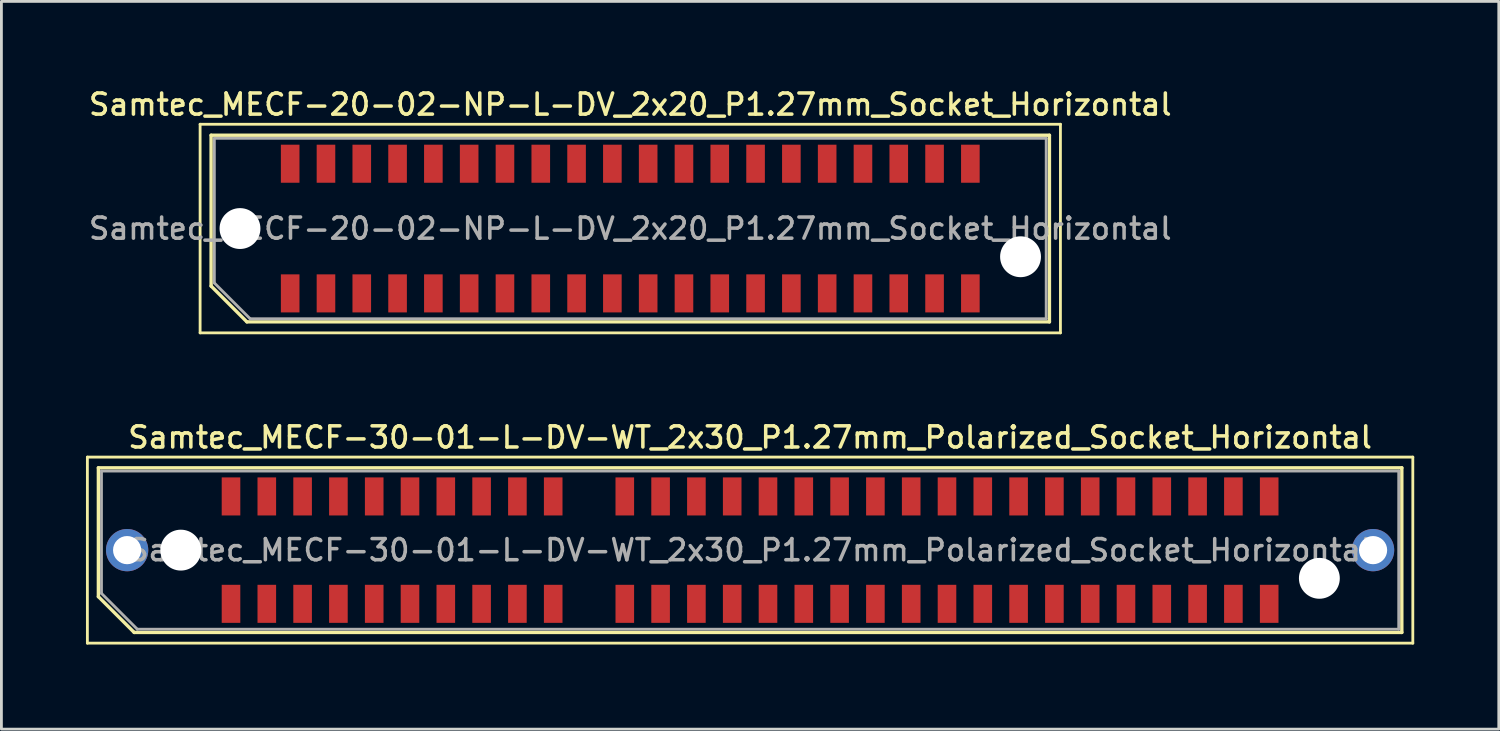
<source format=kicad_pcb>
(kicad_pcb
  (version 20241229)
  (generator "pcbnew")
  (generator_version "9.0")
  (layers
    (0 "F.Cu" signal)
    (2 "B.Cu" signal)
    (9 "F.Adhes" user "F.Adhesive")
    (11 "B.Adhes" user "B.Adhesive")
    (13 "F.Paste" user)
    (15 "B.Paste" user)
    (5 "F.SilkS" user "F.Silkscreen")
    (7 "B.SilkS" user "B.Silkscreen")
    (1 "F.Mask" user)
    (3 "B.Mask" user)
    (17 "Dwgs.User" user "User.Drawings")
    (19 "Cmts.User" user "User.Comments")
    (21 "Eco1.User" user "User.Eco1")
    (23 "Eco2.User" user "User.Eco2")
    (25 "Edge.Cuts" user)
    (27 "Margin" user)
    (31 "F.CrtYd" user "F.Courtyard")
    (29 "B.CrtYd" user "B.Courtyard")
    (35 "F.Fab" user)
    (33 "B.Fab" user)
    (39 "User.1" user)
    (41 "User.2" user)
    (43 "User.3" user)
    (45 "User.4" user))
  (footprint "Samtec_MECF-20-02-NP-L-DV_2x20_P1.27mm_Socket_Horizontal"
    (layer "F.Cu")
    (at 19.309 5.058)
    (property "Reference" "Samtec_MECF-20-02-NP-L-DV_2x20_P1.27mm_Socket_Horizontal" (at 0 -4.4 0) (layer "F.SilkS") (effects (font (size 0.75 0.75) (thickness 0.125))))
    (attr smd)
    (fp_line (start -15.26 -3.7) (end -15.26 3.7) (stroke (width 0.1) (type solid)) (layer "F.SilkS"))
    (fp_line (start -15.26 3.7) (end 15.26 3.7) (stroke (width 0.1) (type solid)) (layer "F.SilkS"))
    (fp_line (start -14.87 -3.31) (end 14.87 -3.31) (stroke (width 0.12) (type solid)) (layer "F.SilkS"))
    (fp_line (start -14.87 2.04) (end -14.87 -3.31) (stroke (width 0.12) (type solid)) (layer "F.SilkS"))
    (fp_line (start -13.6 3.31) (end -14.87 2.04) (stroke (width 0.12) (type solid)) (layer "F.SilkS"))
    (fp_line (start -13.6 3.31) (end 14.87 3.31) (stroke (width 0.12) (type solid)) (layer "F.SilkS"))
    (fp_line (start 14.87 3.31) (end 14.87 -3.31) (stroke (width 0.12) (type solid)) (layer "F.SilkS"))
    (fp_line (start 15.26 -3.7) (end -15.26 -3.7) (stroke (width 0.1) (type solid)) (layer "F.SilkS"))
    (fp_line (start 15.26 3.7) (end 15.26 -3.7) (stroke (width 0.1) (type solid)) (layer "F.SilkS"))
    (fp_line (start -14.755 -3.2) (end 14.755 -3.2) (stroke (width 0.1) (type solid)) (layer "F.Fab"))
    (fp_line (start -14.755 1.93) (end -14.755 -3.2) (stroke (width 0.1) (type solid)) (layer "F.Fab"))
    (fp_line (start -14.755 1.93) (end -13.485 3.2) (stroke (width 0.1) (type solid)) (layer "F.Fab"))
    (fp_line (start -13.485 3.2) (end 14.755 3.2) (stroke (width 0.1) (type solid)) (layer "F.Fab"))
    (fp_line (start 14.755 3.2) (end 14.755 -3.2) (stroke (width 0.1) (type solid)) (layer "F.Fab"))
    (fp_text user "${REFERENCE}" (at 0 0 0) (layer "F.Fab") (effects (font (size 0.75 0.75) (thickness 0.125))))
    (pad "" np_thru_hole circle (at -13.845 0) (size 1.45 1.45) (drill 1.45) (layers "*.Cu" "*.Mask"))
    (pad "" np_thru_hole circle (at 13.845 1) (size 1.45 1.45) (drill 1.45) (layers "*.Cu" "*.Mask"))
    (pad "1" smd rect (at -12.065 2.3) (size 0.66 1.35) (layers "F.Cu" "F.Mask" "F.Paste"))
    (pad "2" smd rect (at -12.065 -2.3) (size 0.66 1.35) (layers "F.Cu" "F.Mask" "F.Paste"))
    (pad "3" smd rect (at -10.795 2.3) (size 0.66 1.35) (layers "F.Cu" "F.Mask" "F.Paste"))
    (pad "4" smd rect (at -10.795 -2.3) (size 0.66 1.35) (layers "F.Cu" "F.Mask" "F.Paste"))
    (pad "5" smd rect (at -9.525 2.3) (size 0.66 1.35) (layers "F.Cu" "F.Mask" "F.Paste"))
    (pad "6" smd rect (at -9.525 -2.3) (size 0.66 1.35) (layers "F.Cu" "F.Mask" "F.Paste"))
    (pad "7" smd rect (at -8.255 2.3) (size 0.66 1.35) (layers "F.Cu" "F.Mask" "F.Paste"))
    (pad "8" smd rect (at -8.255 -2.3) (size 0.66 1.35) (layers "F.Cu" "F.Mask" "F.Paste"))
    (pad "9" smd rect (at -6.985 2.3) (size 0.66 1.35) (layers "F.Cu" "F.Mask" "F.Paste"))
    (pad "10" smd rect (at -6.985 -2.3) (size 0.66 1.35) (layers "F.Cu" "F.Mask" "F.Paste"))
    (pad "11" smd rect (at -5.715 2.3) (size 0.66 1.35) (layers "F.Cu" "F.Mask" "F.Paste"))
    (pad "12" smd rect (at -5.715 -2.3) (size 0.66 1.35) (layers "F.Cu" "F.Mask" "F.Paste"))
    (pad "13" smd rect (at -4.445 2.3) (size 0.66 1.35) (layers "F.Cu" "F.Mask" "F.Paste"))
    (pad "14" smd rect (at -4.445 -2.3) (size 0.66 1.35) (layers "F.Cu" "F.Mask" "F.Paste"))
    (pad "15" smd rect (at -3.175 2.3) (size 0.66 1.35) (layers "F.Cu" "F.Mask" "F.Paste"))
    (pad "16" smd rect (at -3.175 -2.3) (size 0.66 1.35) (layers "F.Cu" "F.Mask" "F.Paste"))
    (pad "17" smd rect (at -1.905 2.3) (size 0.66 1.35) (layers "F.Cu" "F.Mask" "F.Paste"))
    (pad "18" smd rect (at -1.905 -2.3) (size 0.66 1.35) (layers "F.Cu" "F.Mask" "F.Paste"))
    (pad "19" smd rect (at -0.635 2.3) (size 0.66 1.35) (layers "F.Cu" "F.Mask" "F.Paste"))
    (pad "20" smd rect (at -0.635 -2.3) (size 0.66 1.35) (layers "F.Cu" "F.Mask" "F.Paste"))
    (pad "21" smd rect (at 0.635 2.3) (size 0.66 1.35) (layers "F.Cu" "F.Mask" "F.Paste"))
    (pad "22" smd rect (at 0.635 -2.3) (size 0.66 1.35) (layers "F.Cu" "F.Mask" "F.Paste"))
    (pad "23" smd rect (at 1.905 2.3) (size 0.66 1.35) (layers "F.Cu" "F.Mask" "F.Paste"))
    (pad "24" smd rect (at 1.905 -2.3) (size 0.66 1.35) (layers "F.Cu" "F.Mask" "F.Paste"))
    (pad "25" smd rect (at 3.175 2.3) (size 0.66 1.35) (layers "F.Cu" "F.Mask" "F.Paste"))
    (pad "26" smd rect (at 3.175 -2.3) (size 0.66 1.35) (layers "F.Cu" "F.Mask" "F.Paste"))
    (pad "27" smd rect (at 4.445 2.3) (size 0.66 1.35) (layers "F.Cu" "F.Mask" "F.Paste"))
    (pad "28" smd rect (at 4.445 -2.3) (size 0.66 1.35) (layers "F.Cu" "F.Mask" "F.Paste"))
    (pad "29" smd rect (at 5.715 2.3) (size 0.66 1.35) (layers "F.Cu" "F.Mask" "F.Paste"))
    (pad "30" smd rect (at 5.715 -2.3) (size 0.66 1.35) (layers "F.Cu" "F.Mask" "F.Paste"))
    (pad "31" smd rect (at 6.985 2.3) (size 0.66 1.35) (layers "F.Cu" "F.Mask" "F.Paste"))
    (pad "32" smd rect (at 6.985 -2.3) (size 0.66 1.35) (layers "F.Cu" "F.Mask" "F.Paste"))
    (pad "33" smd rect (at 8.255 2.3) (size 0.66 1.35) (layers "F.Cu" "F.Mask" "F.Paste"))
    (pad "34" smd rect (at 8.255 -2.3) (size 0.66 1.35) (layers "F.Cu" "F.Mask" "F.Paste"))
    (pad "35" smd rect (at 9.525 2.3) (size 0.66 1.35) (layers "F.Cu" "F.Mask" "F.Paste"))
    (pad "36" smd rect (at 9.525 -2.3) (size 0.66 1.35) (layers "F.Cu" "F.Mask" "F.Paste"))
    (pad "37" smd rect (at 10.795 2.3) (size 0.66 1.35) (layers "F.Cu" "F.Mask" "F.Paste"))
    (pad "38" smd rect (at 10.795 -2.3) (size 0.66 1.35) (layers "F.Cu" "F.Mask" "F.Paste"))
    (pad "39" smd rect (at 12.065 2.3) (size 0.66 1.35) (layers "F.Cu" "F.Mask" "F.Paste"))
    (pad "40" smd rect (at 12.065 -2.3) (size 0.66 1.35) (layers "F.Cu" "F.Mask" "F.Paste")))
  (footprint "Samtec_MECF-30-01-L-DV-WT_2x30_P1.27mm_Polarized_Socket_Horizontal"
    (layer "F.Cu")
    (at 23.56 16.466)
    (property "Reference" "Samtec_MECF-30-01-L-DV-WT_2x30_P1.27mm_Polarized_Socket_Horizontal" (at 0 -4 0) (layer "F.SilkS") (effects (font (size 0.75 0.75) (thickness 0.125))))
    (attr smd)
    (fp_line (start -23.51 -3.3) (end -23.51 3.3) (stroke (width 0.1) (type solid)) (layer "F.SilkS"))
    (fp_line (start -23.51 3.3) (end 23.51 3.3) (stroke (width 0.1) (type solid)) (layer "F.SilkS"))
    (fp_line (start -23.12 -2.92) (end 23.12 -2.92) (stroke (width 0.12) (type solid)) (layer "F.SilkS"))
    (fp_line (start -23.12 1.65) (end -23.12 -2.92) (stroke (width 0.12) (type solid)) (layer "F.SilkS"))
    (fp_line (start -21.85 2.92) (end -23.12 1.65) (stroke (width 0.12) (type solid)) (layer "F.SilkS"))
    (fp_line (start -21.85 2.92) (end 23.12 2.92) (stroke (width 0.12) (type solid)) (layer "F.SilkS"))
    (fp_line (start 23.12 2.92) (end 23.12 -2.92) (stroke (width 0.12) (type solid)) (layer "F.SilkS"))
    (fp_line (start 23.51 -3.3) (end -23.51 -3.3) (stroke (width 0.1) (type solid)) (layer "F.SilkS"))
    (fp_line (start 23.51 3.3) (end 23.51 -3.3) (stroke (width 0.1) (type solid)) (layer "F.SilkS"))
    (fp_line (start -23.01 -2.805) (end 23.01 -2.805) (stroke (width 0.1) (type solid)) (layer "F.Fab"))
    (fp_line (start -23.01 1.535) (end -23.01 -2.805) (stroke (width 0.1) (type solid)) (layer "F.Fab"))
    (fp_line (start -23.01 1.535) (end -21.74 2.805) (stroke (width 0.1) (type solid)) (layer "F.Fab"))
    (fp_line (start -21.74 2.805) (end 23.01 2.805) (stroke (width 0.1) (type solid)) (layer "F.Fab"))
    (fp_line (start 23.01 2.805) (end 23.01 -2.805) (stroke (width 0.1) (type solid)) (layer "F.Fab"))
    (fp_text user "${REFERENCE}" (at 0 0 0) (layer "F.Fab") (effects (font (size 0.75 0.75) (thickness 0.125))))
    (pad "" thru_hole circle (at -22.1 0) (size 1.5 1.5) (drill 1) (layers "*.Cu" "*.Mask"))
    (pad "" np_thru_hole circle (at -20.195 0) (size 1.45 1.45) (drill 1.45) (layers "*.Cu" "*.Mask"))
    (pad "" np_thru_hole circle (at 20.195 1) (size 1.45 1.45) (drill 1.45) (layers "*.Cu" "*.Mask"))
    (pad "" thru_hole circle (at 22.1 0) (size 1.5 1.5) (drill 1) (layers "*.Cu" "*.Mask"))
    (pad "1" smd rect (at -18.415 1.905) (size 0.66 1.35) (layers "F.Cu" "F.Mask" "F.Paste"))
    (pad "2" smd rect (at -18.415 -1.905) (size 0.66 1.35) (layers "F.Cu" "F.Mask" "F.Paste"))
    (pad "3" smd rect (at -17.145 1.905) (size 0.66 1.35) (layers "F.Cu" "F.Mask" "F.Paste"))
    (pad "4" smd rect (at -17.145 -1.905) (size 0.66 1.35) (layers "F.Cu" "F.Mask" "F.Paste"))
    (pad "5" smd rect (at -15.875 1.905) (size 0.66 1.35) (layers "F.Cu" "F.Mask" "F.Paste"))
    (pad "6" smd rect (at -15.875 -1.905) (size 0.66 1.35) (layers "F.Cu" "F.Mask" "F.Paste"))
    (pad "7" smd rect (at -14.605 1.905) (size 0.66 1.35) (layers "F.Cu" "F.Mask" "F.Paste"))
    (pad "8" smd rect (at -14.605 -1.905) (size 0.66 1.35) (layers "F.Cu" "F.Mask" "F.Paste"))
    (pad "9" smd rect (at -13.335 1.905) (size 0.66 1.35) (layers "F.Cu" "F.Mask" "F.Paste"))
    (pad "10" smd rect (at -13.335 -1.905) (size 0.66 1.35) (layers "F.Cu" "F.Mask" "F.Paste"))
    (pad "11" smd rect (at -12.065 1.905) (size 0.66 1.35) (layers "F.Cu" "F.Mask" "F.Paste"))
    (pad "12" smd rect (at -12.065 -1.905) (size 0.66 1.35) (layers "F.Cu" "F.Mask" "F.Paste"))
    (pad "13" smd rect (at -10.795 1.905) (size 0.66 1.35) (layers "F.Cu" "F.Mask" "F.Paste"))
    (pad "14" smd rect (at -10.795 -1.905) (size 0.66 1.35) (layers "F.Cu" "F.Mask" "F.Paste"))
    (pad "15" smd rect (at -9.525 1.905) (size 0.66 1.35) (layers "F.Cu" "F.Mask" "F.Paste"))
    (pad "16" smd rect (at -9.525 -1.905) (size 0.66 1.35) (layers "F.Cu" "F.Mask" "F.Paste"))
    (pad "17" smd rect (at -8.255 1.905) (size 0.66 1.35) (layers "F.Cu" "F.Mask" "F.Paste"))
    (pad "18" smd rect (at -8.255 -1.905) (size 0.66 1.35) (layers "F.Cu" "F.Mask" "F.Paste"))
    (pad "19" smd rect (at -6.985 1.905) (size 0.66 1.35) (layers "F.Cu" "F.Mask" "F.Paste"))
    (pad "20" smd rect (at -6.985 -1.905) (size 0.66 1.35) (layers "F.Cu" "F.Mask" "F.Paste"))
    (pad "23" smd rect (at -4.445 1.905) (size 0.66 1.35) (layers "F.Cu" "F.Mask" "F.Paste"))
    (pad "24" smd rect (at -4.445 -1.905) (size 0.66 1.35) (layers "F.Cu" "F.Mask" "F.Paste"))
    (pad "25" smd rect (at -3.175 1.905) (size 0.66 1.35) (layers "F.Cu" "F.Mask" "F.Paste"))
    (pad "26" smd rect (at -3.175 -1.905) (size 0.66 1.35) (layers "F.Cu" "F.Mask" "F.Paste"))
    (pad "27" smd rect (at -1.905 1.905) (size 0.66 1.35) (layers "F.Cu" "F.Mask" "F.Paste"))
    (pad "28" smd rect (at -1.905 -1.905) (size 0.66 1.35) (layers "F.Cu" "F.Mask" "F.Paste"))
    (pad "29" smd rect (at -0.635 1.905) (size 0.66 1.35) (layers "F.Cu" "F.Mask" "F.Paste"))
    (pad "30" smd rect (at -0.635 -1.905) (size 0.66 1.35) (layers "F.Cu" "F.Mask" "F.Paste"))
    (pad "31" smd rect (at 0.635 1.905) (size 0.66 1.35) (layers "F.Cu" "F.Mask" "F.Paste"))
    (pad "32" smd rect (at 0.635 -1.905) (size 0.66 1.35) (layers "F.Cu" "F.Mask" "F.Paste"))
    (pad "33" smd rect (at 1.905 1.905) (size 0.66 1.35) (layers "F.Cu" "F.Mask" "F.Paste"))
    (pad "34" smd rect (at 1.905 -1.905) (size 0.66 1.35) (layers "F.Cu" "F.Mask" "F.Paste"))
    (pad "35" smd rect (at 3.175 1.905) (size 0.66 1.35) (layers "F.Cu" "F.Mask" "F.Paste"))
    (pad "36" smd rect (at 3.175 -1.905) (size 0.66 1.35) (layers "F.Cu" "F.Mask" "F.Paste"))
    (pad "37" smd rect (at 4.445 1.905) (size 0.66 1.35) (layers "F.Cu" "F.Mask" "F.Paste"))
    (pad "38" smd rect (at 4.445 -1.905) (size 0.66 1.35) (layers "F.Cu" "F.Mask" "F.Paste"))
    (pad "39" smd rect (at 5.715 1.905) (size 0.66 1.35) (layers "F.Cu" "F.Mask" "F.Paste"))
    (pad "40" smd rect (at 5.715 -1.905) (size 0.66 1.35) (layers "F.Cu" "F.Mask" "F.Paste"))
    (pad "41" smd rect (at 6.985 1.905) (size 0.66 1.35) (layers "F.Cu" "F.Mask" "F.Paste"))
    (pad "42" smd rect (at 6.985 -1.905) (size 0.66 1.35) (layers "F.Cu" "F.Mask" "F.Paste"))
    (pad "43" smd rect (at 8.255 1.905) (size 0.66 1.35) (layers "F.Cu" "F.Mask" "F.Paste"))
    (pad "44" smd rect (at 8.255 -1.905) (size 0.66 1.35) (layers "F.Cu" "F.Mask" "F.Paste"))
    (pad "45" smd rect (at 9.525 1.905) (size 0.66 1.35) (layers "F.Cu" "F.Mask" "F.Paste"))
    (pad "46" smd rect (at 9.525 -1.905) (size 0.66 1.35) (layers "F.Cu" "F.Mask" "F.Paste"))
    (pad "47" smd rect (at 10.795 1.905) (size 0.66 1.35) (layers "F.Cu" "F.Mask" "F.Paste"))
    (pad "48" smd rect (at 10.795 -1.905) (size 0.66 1.35) (layers "F.Cu" "F.Mask" "F.Paste"))
    (pad "49" smd rect (at 12.065 1.905) (size 0.66 1.35) (layers "F.Cu" "F.Mask" "F.Paste"))
    (pad "50" smd rect (at 12.065 -1.905) (size 0.66 1.35) (layers "F.Cu" "F.Mask" "F.Paste"))
    (pad "51" smd rect (at 13.335 1.905) (size 0.66 1.35) (layers "F.Cu" "F.Mask" "F.Paste"))
    (pad "52" smd rect (at 13.335 -1.905) (size 0.66 1.35) (layers "F.Cu" "F.Mask" "F.Paste"))
    (pad "53" smd rect (at 14.605 1.905) (size 0.66 1.35) (layers "F.Cu" "F.Mask" "F.Paste"))
    (pad "54" smd rect (at 14.605 -1.905) (size 0.66 1.35) (layers "F.Cu" "F.Mask" "F.Paste"))
    (pad "55" smd rect (at 15.875 1.905) (size 0.66 1.35) (layers "F.Cu" "F.Mask" "F.Paste"))
    (pad "56" smd rect (at 15.875 -1.905) (size 0.66 1.35) (layers "F.Cu" "F.Mask" "F.Paste"))
    (pad "57" smd rect (at 17.145 1.905) (size 0.66 1.35) (layers "F.Cu" "F.Mask" "F.Paste"))
    (pad "58" smd rect (at 17.145 -1.905) (size 0.66 1.35) (layers "F.Cu" "F.Mask" "F.Paste"))
    (pad "59" smd rect (at 18.415 1.905) (size 0.66 1.35) (layers "F.Cu" "F.Mask" "F.Paste"))
    (pad "60" smd rect (at 18.415 -1.905) (size 0.66 1.35) (layers "F.Cu" "F.Mask" "F.Paste")))
  (gr_rect
    (start -3 -3)
    (end 50.12 22.816)
    (stroke (width 0.1) (type default))
    (fill no)
    (layer "Edge.Cuts")))
</source>
